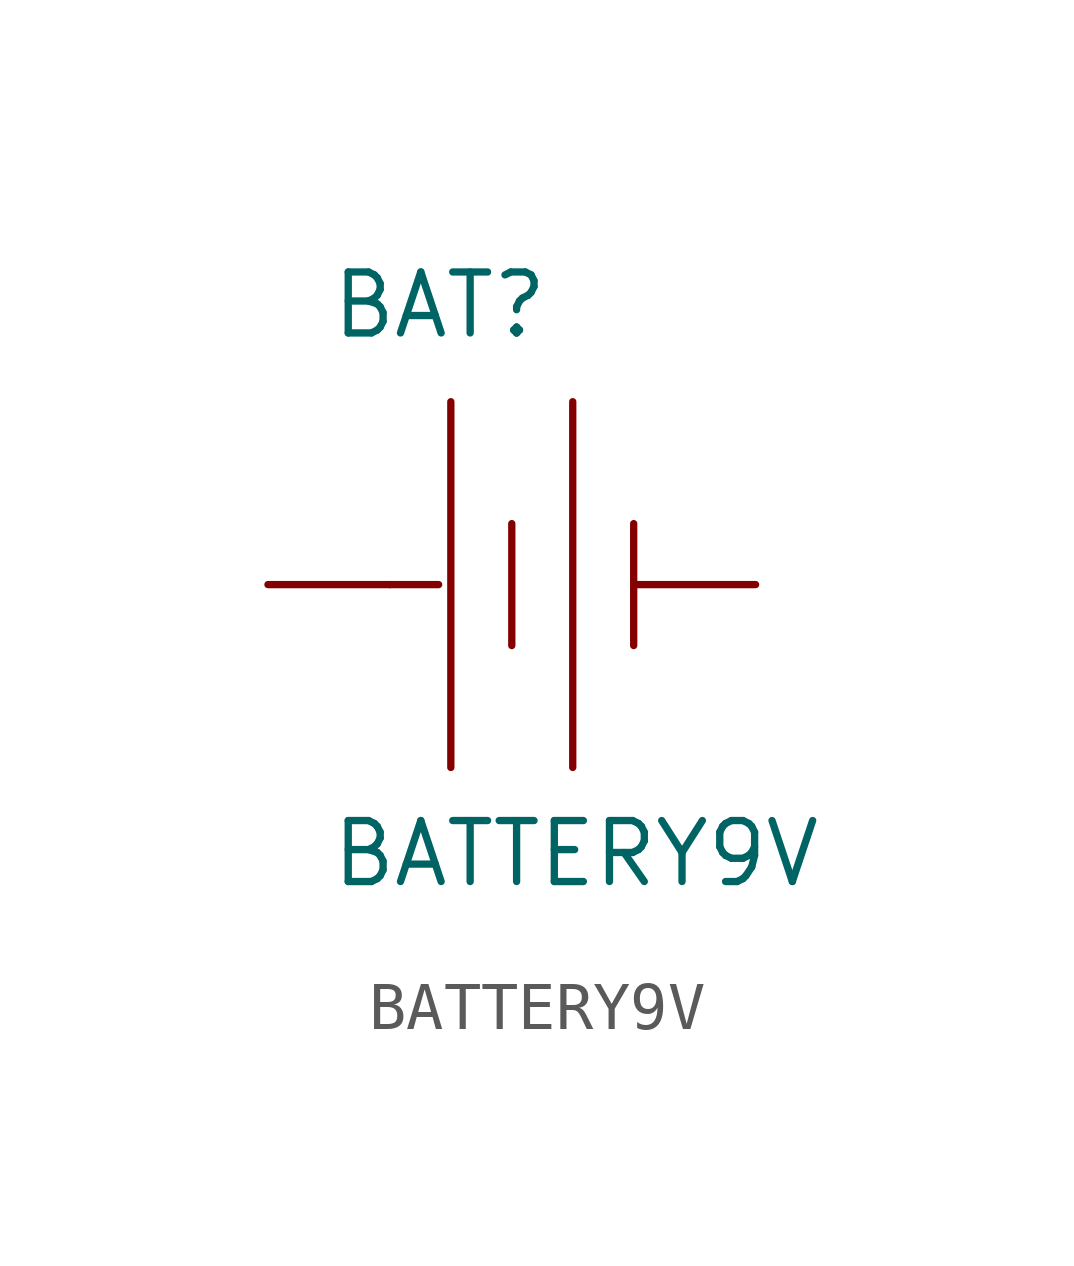
<source format=kicad_sym>
(kicad_symbol_lib
  (version 20211014)
  (generator kicad_symbol_editor)
  (symbol "BATTERY9V"
    (pin_numbers hide)
    (pin_names
      (offset 1.016) hide)
    (property "Reference" "BAT"
      (at -3.81 5.08 0)
      (effects (font (size 1.27 1.27)) (justify left bottom)))
    (property "Value" "BATTERY9V"
      (at -3.81 -6.35 0)
      (effects (font (size 1.27 1.27)) (justify left bottom)))
    (property "ki_locked" ""
      (at 0 0 0)
      (effects (font (size 1.27 1.27))))
    (symbol "BATTERY9V_1_0"
      (polyline (pts (xy -2.54 0) (xy -1.524 0)) (stroke (width 0) (type default) (color 0 0 0 0)) (fill (type none)))
      (polyline (pts (xy -1.27 3.81) (xy -1.27 -3.81)) (stroke (width 0) (type default) (color 0 0 0 0)) (fill (type none)))
      (polyline (pts (xy 0 1.27) (xy 0 -1.27)) (stroke (width 0) (type default) (color 0 0 0 0)) (fill (type none)))
      (polyline (pts (xy 1.27 3.81) (xy 1.27 -3.81)) (stroke (width 0) (type default) (color 0 0 0 0)) (fill (type none)))
      (polyline (pts (xy 2.54 1.27) (xy 2.54 -1.27)) (stroke (width 0) (type default) (color 0 0 0 0)) (fill (type none))))
    (symbol "BATTERY9V_1_1"
      (pin power_in line (at -5.08 0 0) (length 2.54) (name "+" (effects (font (size 1.016 1.016)))) (number "+" (effects (font (size 1.016 1.016)))))
      (pin power_in line (at 5.08 0 180) (length 2.54) (name "-" (effects (font (size 1.016 1.016)))) (number "-" (effects (font (size 1.016 1.016))))))))
</source>
